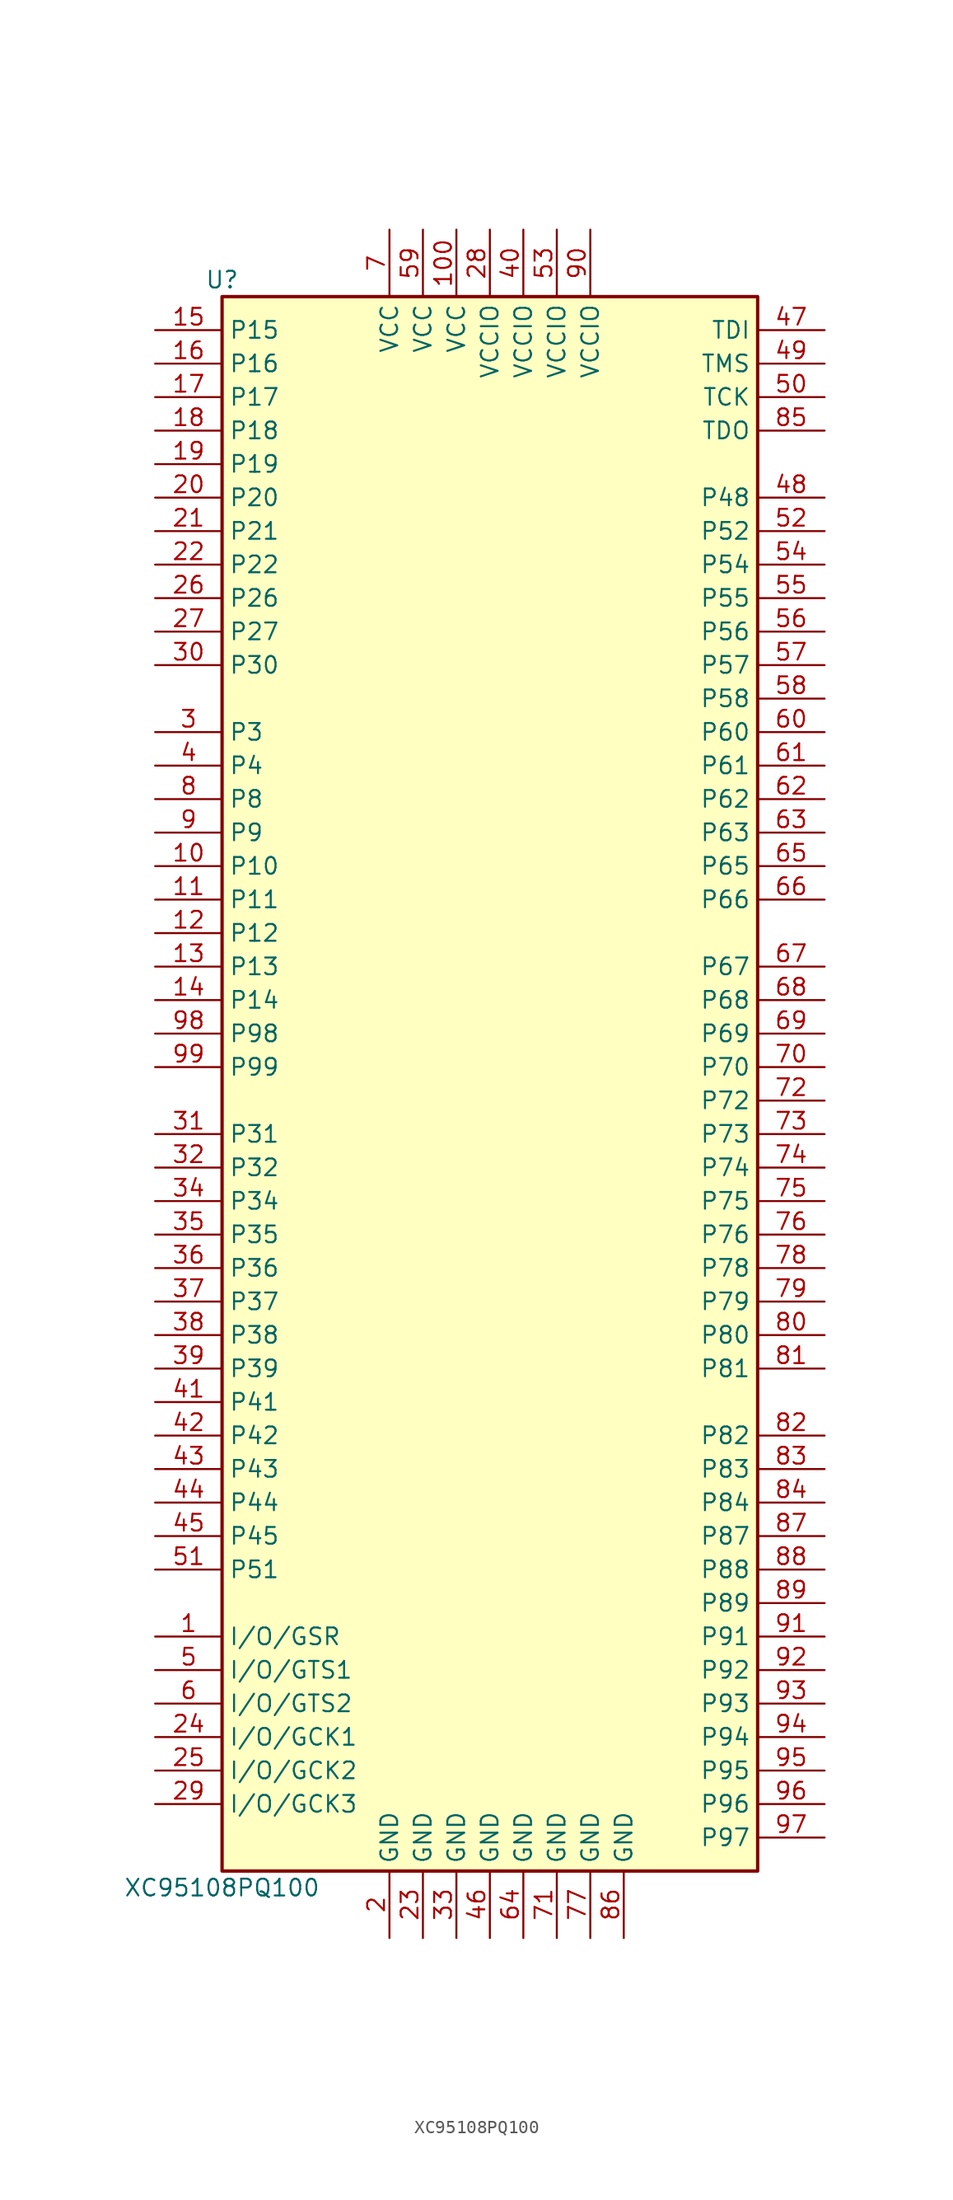
<source format=kicad_sym>
(kicad_symbol_lib
  (version 20241209)
  (generator "kicad_symbol_editor")
  (generator_version "9.0")
  (symbol "XC95108PQ100"
    (property "Reference" "U"
      (at -20.32 59.69 0)
      (effects (font (size 1.27 1.27))))
    (property "Value" "XC95108PQ100"
      (at -20.32 -62.23 0)
      (effects (font (size 1.27 1.27))))
    (symbol "XC95108PQ100_1_1"
      (rectangle (start -20.32 58.42) (end 20.32 -60.96) (stroke (width 0.254) (type default)) (fill (type background)))
      (pin bidirectional line (at -25.4 55.88 0) (length 5.08) (name "P15" (effects (font (size 1.27 1.27)))) (number "15" (effects (font (size 1.27 1.27)))))
      (pin bidirectional line (at -25.4 53.34 0) (length 5.08) (name "P16" (effects (font (size 1.27 1.27)))) (number "16" (effects (font (size 1.27 1.27)))))
      (pin bidirectional line (at -25.4 50.8 0) (length 5.08) (name "P17" (effects (font (size 1.27 1.27)))) (number "17" (effects (font (size 1.27 1.27)))))
      (pin bidirectional line (at -25.4 48.26 0) (length 5.08) (name "P18" (effects (font (size 1.27 1.27)))) (number "18" (effects (font (size 1.27 1.27)))))
      (pin bidirectional line (at -25.4 45.72 0) (length 5.08) (name "P19" (effects (font (size 1.27 1.27)))) (number "19" (effects (font (size 1.27 1.27)))))
      (pin bidirectional line (at -25.4 43.18 0) (length 5.08) (name "P20" (effects (font (size 1.27 1.27)))) (number "20" (effects (font (size 1.27 1.27)))))
      (pin bidirectional line (at -25.4 40.64 0) (length 5.08) (name "P21" (effects (font (size 1.27 1.27)))) (number "21" (effects (font (size 1.27 1.27)))))
      (pin bidirectional line (at -25.4 38.1 0) (length 5.08) (name "P22" (effects (font (size 1.27 1.27)))) (number "22" (effects (font (size 1.27 1.27)))))
      (pin bidirectional line (at -25.4 35.56 0) (length 5.08) (name "P26" (effects (font (size 1.27 1.27)))) (number "26" (effects (font (size 1.27 1.27)))))
      (pin bidirectional line (at -25.4 33.02 0) (length 5.08) (name "P27" (effects (font (size 1.27 1.27)))) (number "27" (effects (font (size 1.27 1.27)))))
      (pin bidirectional line (at -25.4 30.48 0) (length 5.08) (name "P30" (effects (font (size 1.27 1.27)))) (number "30" (effects (font (size 1.27 1.27)))))
      (pin bidirectional line (at -25.4 25.4 0) (length 5.08) (name "P3" (effects (font (size 1.27 1.27)))) (number "3" (effects (font (size 1.27 1.27)))))
      (pin bidirectional line (at -25.4 22.86 0) (length 5.08) (name "P4" (effects (font (size 1.27 1.27)))) (number "4" (effects (font (size 1.27 1.27)))))
      (pin bidirectional line (at -25.4 20.32 0) (length 5.08) (name "P8" (effects (font (size 1.27 1.27)))) (number "8" (effects (font (size 1.27 1.27)))))
      (pin bidirectional line (at -25.4 17.78 0) (length 5.08) (name "P9" (effects (font (size 1.27 1.27)))) (number "9" (effects (font (size 1.27 1.27)))))
      (pin bidirectional line (at -25.4 15.24 0) (length 5.08) (name "P10" (effects (font (size 1.27 1.27)))) (number "10" (effects (font (size 1.27 1.27)))))
      (pin bidirectional line (at -25.4 12.7 0) (length 5.08) (name "P11" (effects (font (size 1.27 1.27)))) (number "11" (effects (font (size 1.27 1.27)))))
      (pin bidirectional line (at -25.4 10.16 0) (length 5.08) (name "P12" (effects (font (size 1.27 1.27)))) (number "12" (effects (font (size 1.27 1.27)))))
      (pin bidirectional line (at -25.4 7.62 0) (length 5.08) (name "P13" (effects (font (size 1.27 1.27)))) (number "13" (effects (font (size 1.27 1.27)))))
      (pin bidirectional line (at -25.4 5.08 0) (length 5.08) (name "P14" (effects (font (size 1.27 1.27)))) (number "14" (effects (font (size 1.27 1.27)))))
      (pin bidirectional line (at -25.4 2.54 0) (length 5.08) (name "P98" (effects (font (size 1.27 1.27)))) (number "98" (effects (font (size 1.27 1.27)))))
      (pin bidirectional line (at -25.4 0 0) (length 5.08) (name "P99" (effects (font (size 1.27 1.27)))) (number "99" (effects (font (size 1.27 1.27)))))
      (pin bidirectional line (at -25.4 -5.08 0) (length 5.08) (name "P31" (effects (font (size 1.27 1.27)))) (number "31" (effects (font (size 1.27 1.27)))))
      (pin bidirectional line (at -25.4 -7.62 0) (length 5.08) (name "P32" (effects (font (size 1.27 1.27)))) (number "32" (effects (font (size 1.27 1.27)))))
      (pin bidirectional line (at -25.4 -10.16 0) (length 5.08) (name "P34" (effects (font (size 1.27 1.27)))) (number "34" (effects (font (size 1.27 1.27)))))
      (pin bidirectional line (at -25.4 -12.7 0) (length 5.08) (name "P35" (effects (font (size 1.27 1.27)))) (number "35" (effects (font (size 1.27 1.27)))))
      (pin bidirectional line (at -25.4 -15.24 0) (length 5.08) (name "P36" (effects (font (size 1.27 1.27)))) (number "36" (effects (font (size 1.27 1.27)))))
      (pin bidirectional line (at -25.4 -17.78 0) (length 5.08) (name "P37" (effects (font (size 1.27 1.27)))) (number "37" (effects (font (size 1.27 1.27)))))
      (pin bidirectional line (at -25.4 -20.32 0) (length 5.08) (name "P38" (effects (font (size 1.27 1.27)))) (number "38" (effects (font (size 1.27 1.27)))))
      (pin bidirectional line (at -25.4 -22.86 0) (length 5.08) (name "P39" (effects (font (size 1.27 1.27)))) (number "39" (effects (font (size 1.27 1.27)))))
      (pin bidirectional line (at -25.4 -25.4 0) (length 5.08) (name "P41" (effects (font (size 1.27 1.27)))) (number "41" (effects (font (size 1.27 1.27)))))
      (pin bidirectional line (at -25.4 -27.94 0) (length 5.08) (name "P42" (effects (font (size 1.27 1.27)))) (number "42" (effects (font (size 1.27 1.27)))))
      (pin bidirectional line (at -25.4 -30.48 0) (length 5.08) (name "P43" (effects (font (size 1.27 1.27)))) (number "43" (effects (font (size 1.27 1.27)))))
      (pin bidirectional line (at -25.4 -33.02 0) (length 5.08) (name "P44" (effects (font (size 1.27 1.27)))) (number "44" (effects (font (size 1.27 1.27)))))
      (pin bidirectional line (at -25.4 -35.56 0) (length 5.08) (name "P45" (effects (font (size 1.27 1.27)))) (number "45" (effects (font (size 1.27 1.27)))))
      (pin bidirectional line (at -25.4 -38.1 0) (length 5.08) (name "P51" (effects (font (size 1.27 1.27)))) (number "51" (effects (font (size 1.27 1.27)))))
      (pin bidirectional line (at -25.4 -43.18 0) (length 5.08) (name "I/O/GSR" (effects (font (size 1.27 1.27)))) (number "1" (effects (font (size 1.27 1.27)))))
      (pin bidirectional line (at -25.4 -45.72 0) (length 5.08) (name "I/O/GTS1" (effects (font (size 1.27 1.27)))) (number "5" (effects (font (size 1.27 1.27)))))
      (pin bidirectional line (at -25.4 -48.26 0) (length 5.08) (name "I/O/GTS2" (effects (font (size 1.27 1.27)))) (number "6" (effects (font (size 1.27 1.27)))))
      (pin bidirectional line (at -25.4 -50.8 0) (length 5.08) (name "I/O/GCK1" (effects (font (size 1.27 1.27)))) (number "24" (effects (font (size 1.27 1.27)))))
      (pin bidirectional line (at -25.4 -53.34 0) (length 5.08) (name "I/O/GCK2" (effects (font (size 1.27 1.27)))) (number "25" (effects (font (size 1.27 1.27)))))
      (pin bidirectional line (at -25.4 -55.88 0) (length 5.08) (name "I/O/GCK3" (effects (font (size 1.27 1.27)))) (number "29" (effects (font (size 1.27 1.27)))))
      (pin power_in line (at -7.62 63.5 270) (length 5.08) (name "VCC" (effects (font (size 1.27 1.27)))) (number "7" (effects (font (size 1.27 1.27)))))
      (pin power_in line (at -7.62 -66.04 90) (length 5.08) (name "GND" (effects (font (size 1.27 1.27)))) (number "2" (effects (font (size 1.27 1.27)))))
      (pin power_in line (at -5.08 63.5 270) (length 5.08) (name "VCC" (effects (font (size 1.27 1.27)))) (number "59" (effects (font (size 1.27 1.27)))))
      (pin power_in line (at -5.08 -66.04 90) (length 5.08) (name "GND" (effects (font (size 1.27 1.27)))) (number "23" (effects (font (size 1.27 1.27)))))
      (pin power_in line (at -2.54 63.5 270) (length 5.08) (name "VCC" (effects (font (size 1.27 1.27)))) (number "100" (effects (font (size 1.27 1.27)))))
      (pin power_in line (at -2.54 -66.04 90) (length 5.08) (name "GND" (effects (font (size 1.27 1.27)))) (number "33" (effects (font (size 1.27 1.27)))))
      (pin power_in line (at 0 63.5 270) (length 5.08) (name "VCCIO" (effects (font (size 1.27 1.27)))) (number "28" (effects (font (size 1.27 1.27)))))
      (pin power_in line (at 0 -66.04 90) (length 5.08) (name "GND" (effects (font (size 1.27 1.27)))) (number "46" (effects (font (size 1.27 1.27)))))
      (pin power_in line (at 2.54 63.5 270) (length 5.08) (name "VCCIO" (effects (font (size 1.27 1.27)))) (number "40" (effects (font (size 1.27 1.27)))))
      (pin power_in line (at 2.54 -66.04 90) (length 5.08) (name "GND" (effects (font (size 1.27 1.27)))) (number "64" (effects (font (size 1.27 1.27)))))
      (pin power_in line (at 5.08 63.5 270) (length 5.08) (name "VCCIO" (effects (font (size 1.27 1.27)))) (number "53" (effects (font (size 1.27 1.27)))))
      (pin power_in line (at 5.08 -66.04 90) (length 5.08) (name "GND" (effects (font (size 1.27 1.27)))) (number "71" (effects (font (size 1.27 1.27)))))
      (pin power_in line (at 7.62 63.5 270) (length 5.08) (name "VCCIO" (effects (font (size 1.27 1.27)))) (number "90" (effects (font (size 1.27 1.27)))))
      (pin power_in line (at 7.62 -66.04 90) (length 5.08) (name "GND" (effects (font (size 1.27 1.27)))) (number "77" (effects (font (size 1.27 1.27)))))
      (pin power_in line (at 10.16 -66.04 90) (length 5.08) (name "GND" (effects (font (size 1.27 1.27)))) (number "86" (effects (font (size 1.27 1.27)))))
      (pin input line (at 25.4 55.88 180) (length 5.08) (name "TDI" (effects (font (size 1.27 1.27)))) (number "47" (effects (font (size 1.27 1.27)))))
      (pin input line (at 25.4 53.34 180) (length 5.08) (name "TMS" (effects (font (size 1.27 1.27)))) (number "49" (effects (font (size 1.27 1.27)))))
      (pin input line (at 25.4 50.8 180) (length 5.08) (name "TCK" (effects (font (size 1.27 1.27)))) (number "50" (effects (font (size 1.27 1.27)))))
      (pin output line (at 25.4 48.26 180) (length 5.08) (name "TDO" (effects (font (size 1.27 1.27)))) (number "85" (effects (font (size 1.27 1.27)))))
      (pin bidirectional line (at 25.4 43.18 180) (length 5.08) (name "P48" (effects (font (size 1.27 1.27)))) (number "48" (effects (font (size 1.27 1.27)))))
      (pin bidirectional line (at 25.4 40.64 180) (length 5.08) (name "P52" (effects (font (size 1.27 1.27)))) (number "52" (effects (font (size 1.27 1.27)))))
      (pin bidirectional line (at 25.4 38.1 180) (length 5.08) (name "P54" (effects (font (size 1.27 1.27)))) (number "54" (effects (font (size 1.27 1.27)))))
      (pin bidirectional line (at 25.4 35.56 180) (length 5.08) (name "P55" (effects (font (size 1.27 1.27)))) (number "55" (effects (font (size 1.27 1.27)))))
      (pin bidirectional line (at 25.4 33.02 180) (length 5.08) (name "P56" (effects (font (size 1.27 1.27)))) (number "56" (effects (font (size 1.27 1.27)))))
      (pin bidirectional line (at 25.4 30.48 180) (length 5.08) (name "P57" (effects (font (size 1.27 1.27)))) (number "57" (effects (font (size 1.27 1.27)))))
      (pin bidirectional line (at 25.4 27.94 180) (length 5.08) (name "P58" (effects (font (size 1.27 1.27)))) (number "58" (effects (font (size 1.27 1.27)))))
      (pin bidirectional line (at 25.4 25.4 180) (length 5.08) (name "P60" (effects (font (size 1.27 1.27)))) (number "60" (effects (font (size 1.27 1.27)))))
      (pin bidirectional line (at 25.4 22.86 180) (length 5.08) (name "P61" (effects (font (size 1.27 1.27)))) (number "61" (effects (font (size 1.27 1.27)))))
      (pin bidirectional line (at 25.4 20.32 180) (length 5.08) (name "P62" (effects (font (size 1.27 1.27)))) (number "62" (effects (font (size 1.27 1.27)))))
      (pin bidirectional line (at 25.4 17.78 180) (length 5.08) (name "P63" (effects (font (size 1.27 1.27)))) (number "63" (effects (font (size 1.27 1.27)))))
      (pin bidirectional line (at 25.4 15.24 180) (length 5.08) (name "P65" (effects (font (size 1.27 1.27)))) (number "65" (effects (font (size 1.27 1.27)))))
      (pin bidirectional line (at 25.4 12.7 180) (length 5.08) (name "P66" (effects (font (size 1.27 1.27)))) (number "66" (effects (font (size 1.27 1.27)))))
      (pin bidirectional line (at 25.4 7.62 180) (length 5.08) (name "P67" (effects (font (size 1.27 1.27)))) (number "67" (effects (font (size 1.27 1.27)))))
      (pin bidirectional line (at 25.4 5.08 180) (length 5.08) (name "P68" (effects (font (size 1.27 1.27)))) (number "68" (effects (font (size 1.27 1.27)))))
      (pin bidirectional line (at 25.4 2.54 180) (length 5.08) (name "P69" (effects (font (size 1.27 1.27)))) (number "69" (effects (font (size 1.27 1.27)))))
      (pin bidirectional line (at 25.4 0 180) (length 5.08) (name "P70" (effects (font (size 1.27 1.27)))) (number "70" (effects (font (size 1.27 1.27)))))
      (pin bidirectional line (at 25.4 -2.54 180) (length 5.08) (name "P72" (effects (font (size 1.27 1.27)))) (number "72" (effects (font (size 1.27 1.27)))))
      (pin bidirectional line (at 25.4 -5.08 180) (length 5.08) (name "P73" (effects (font (size 1.27 1.27)))) (number "73" (effects (font (size 1.27 1.27)))))
      (pin bidirectional line (at 25.4 -7.62 180) (length 5.08) (name "P74" (effects (font (size 1.27 1.27)))) (number "74" (effects (font (size 1.27 1.27)))))
      (pin bidirectional line (at 25.4 -10.16 180) (length 5.08) (name "P75" (effects (font (size 1.27 1.27)))) (number "75" (effects (font (size 1.27 1.27)))))
      (pin bidirectional line (at 25.4 -12.7 180) (length 5.08) (name "P76" (effects (font (size 1.27 1.27)))) (number "76" (effects (font (size 1.27 1.27)))))
      (pin bidirectional line (at 25.4 -15.24 180) (length 5.08) (name "P78" (effects (font (size 1.27 1.27)))) (number "78" (effects (font (size 1.27 1.27)))))
      (pin bidirectional line (at 25.4 -17.78 180) (length 5.08) (name "P79" (effects (font (size 1.27 1.27)))) (number "79" (effects (font (size 1.27 1.27)))))
      (pin bidirectional line (at 25.4 -20.32 180) (length 5.08) (name "P80" (effects (font (size 1.27 1.27)))) (number "80" (effects (font (size 1.27 1.27)))))
      (pin bidirectional line (at 25.4 -22.86 180) (length 5.08) (name "P81" (effects (font (size 1.27 1.27)))) (number "81" (effects (font (size 1.27 1.27)))))
      (pin bidirectional line (at 25.4 -27.94 180) (length 5.08) (name "P82" (effects (font (size 1.27 1.27)))) (number "82" (effects (font (size 1.27 1.27)))))
      (pin bidirectional line (at 25.4 -30.48 180) (length 5.08) (name "P83" (effects (font (size 1.27 1.27)))) (number "83" (effects (font (size 1.27 1.27)))))
      (pin bidirectional line (at 25.4 -33.02 180) (length 5.08) (name "P84" (effects (font (size 1.27 1.27)))) (number "84" (effects (font (size 1.27 1.27)))))
      (pin bidirectional line (at 25.4 -35.56 180) (length 5.08) (name "P87" (effects (font (size 1.27 1.27)))) (number "87" (effects (font (size 1.27 1.27)))))
      (pin bidirectional line (at 25.4 -38.1 180) (length 5.08) (name "P88" (effects (font (size 1.27 1.27)))) (number "88" (effects (font (size 1.27 1.27)))))
      (pin bidirectional line (at 25.4 -40.64 180) (length 5.08) (name "P89" (effects (font (size 1.27 1.27)))) (number "89" (effects (font (size 1.27 1.27)))))
      (pin bidirectional line (at 25.4 -43.18 180) (length 5.08) (name "P91" (effects (font (size 1.27 1.27)))) (number "91" (effects (font (size 1.27 1.27)))))
      (pin bidirectional line (at 25.4 -45.72 180) (length 5.08) (name "P92" (effects (font (size 1.27 1.27)))) (number "92" (effects (font (size 1.27 1.27)))))
      (pin bidirectional line (at 25.4 -48.26 180) (length 5.08) (name "P93" (effects (font (size 1.27 1.27)))) (number "93" (effects (font (size 1.27 1.27)))))
      (pin bidirectional line (at 25.4 -50.8 180) (length 5.08) (name "P94" (effects (font (size 1.27 1.27)))) (number "94" (effects (font (size 1.27 1.27)))))
      (pin bidirectional line (at 25.4 -53.34 180) (length 5.08) (name "P95" (effects (font (size 1.27 1.27)))) (number "95" (effects (font (size 1.27 1.27)))))
      (pin bidirectional line (at 25.4 -55.88 180) (length 5.08) (name "P96" (effects (font (size 1.27 1.27)))) (number "96" (effects (font (size 1.27 1.27)))))
      (pin bidirectional line (at 25.4 -58.42 180) (length 5.08) (name "P97" (effects (font (size 1.27 1.27)))) (number "97" (effects (font (size 1.27 1.27))))))))
</source>
